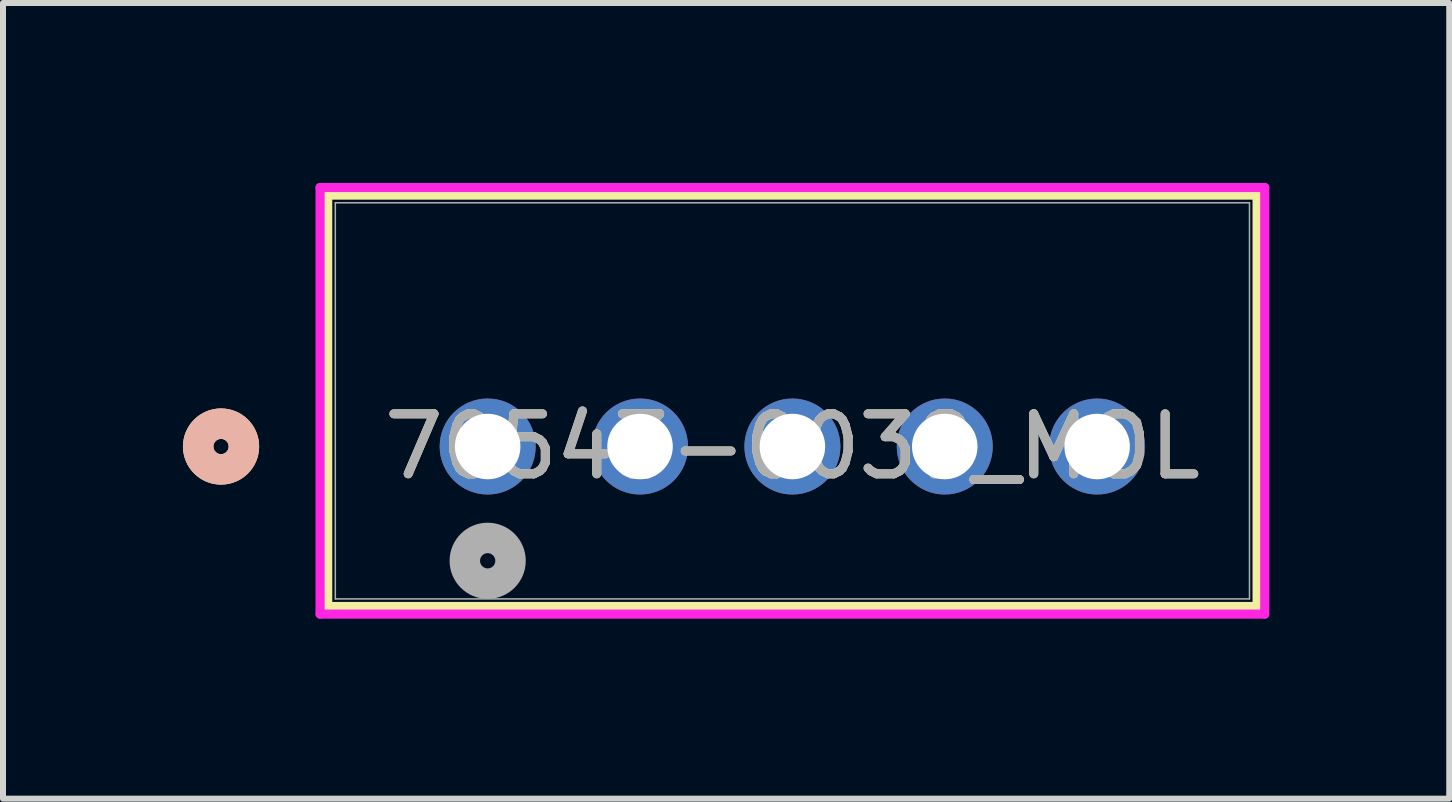
<source format=kicad_pcb>
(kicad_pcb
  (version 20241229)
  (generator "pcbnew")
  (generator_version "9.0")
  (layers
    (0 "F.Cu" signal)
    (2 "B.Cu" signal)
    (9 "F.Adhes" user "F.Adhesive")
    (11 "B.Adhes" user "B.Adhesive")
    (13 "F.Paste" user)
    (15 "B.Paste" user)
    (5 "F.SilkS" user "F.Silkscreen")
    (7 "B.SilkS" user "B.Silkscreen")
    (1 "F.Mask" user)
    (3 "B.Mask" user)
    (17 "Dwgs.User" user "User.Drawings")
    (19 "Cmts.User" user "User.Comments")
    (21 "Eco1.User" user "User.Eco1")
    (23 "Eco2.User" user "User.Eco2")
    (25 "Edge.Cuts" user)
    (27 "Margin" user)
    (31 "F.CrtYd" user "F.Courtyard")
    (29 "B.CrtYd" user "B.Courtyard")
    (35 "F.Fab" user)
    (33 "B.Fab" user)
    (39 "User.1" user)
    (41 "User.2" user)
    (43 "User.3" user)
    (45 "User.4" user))
  (footprint "70543-0039_MOL"
    (layer "F.Cu")
    (at 5.08 4.394)
    (property "Reference" "70543-0039_MOL" (at 5.08 0 0) (unlocked yes) (layer "F.SilkS") (effects (font (size 1 1) (thickness 0.15))))
    (attr through_hole)
    (fp_line (start -2.667 -4.191) (end -2.667 2.667) (stroke (width 0.152) (type solid)) (layer "F.SilkS"))
    (fp_line (start -2.667 2.667) (end 12.827 2.667) (stroke (width 0.152) (type solid)) (layer "F.SilkS"))
    (fp_line (start 12.827 -4.191) (end -2.667 -4.191) (stroke (width 0.152) (type solid)) (layer "F.SilkS"))
    (fp_line (start 12.827 2.667) (end 12.827 -4.191) (stroke (width 0.152) (type solid)) (layer "F.SilkS"))
    (fp_circle (center -4.445 0) (end -4.064 0) (stroke (width 0.508) (type solid)) (fill no) (layer "F.SilkS"))
    (fp_circle (center -4.445 0) (end -4.064 0) (stroke (width 0.508) (type solid)) (fill no) (layer "B.SilkS"))
    (fp_line (start -2.794 -4.318) (end -2.794 2.794) (stroke (width 0.152) (type solid)) (layer "F.CrtYd"))
    (fp_line (start -2.794 2.794) (end 12.954 2.794) (stroke (width 0.152) (type solid)) (layer "F.CrtYd"))
    (fp_line (start 12.954 -4.318) (end -2.794 -4.318) (stroke (width 0.152) (type solid)) (layer "F.CrtYd"))
    (fp_line (start 12.954 2.794) (end 12.954 -4.318) (stroke (width 0.152) (type solid)) (layer "F.CrtYd"))
    (fp_line (start -2.54 -4.064) (end -2.54 2.54) (stroke (width 0.025) (type solid)) (layer "F.Fab"))
    (fp_line (start -2.54 2.54) (end 12.7 2.54) (stroke (width 0.025) (type solid)) (layer "F.Fab"))
    (fp_line (start 12.7 -4.064) (end -2.54 -4.064) (stroke (width 0.025) (type solid)) (layer "F.Fab"))
    (fp_line (start 12.7 2.54) (end 12.7 -4.064) (stroke (width 0.025) (type solid)) (layer "F.Fab"))
    (fp_circle (center 0 1.905) (end 0.381 1.905) (stroke (width 0.508) (type solid)) (fill no) (layer "F.Fab"))
    (fp_text user "${REFERENCE}" (at 5.08 0 0) (unlocked yes) (layer "F.Fab") (effects (font (size 1 1) (thickness 0.15))))
    (pad "1" thru_hole circle (at 0 0) (size 1.6 1.6) (drill 1.092) (layers "*.Cu" "*.Mask"))
    (pad "2" thru_hole circle (at 2.54 0) (size 1.6 1.6) (drill 1.092) (layers "*.Cu" "*.Mask"))
    (pad "3" thru_hole circle (at 5.08 0) (size 1.6 1.6) (drill 1.092) (layers "*.Cu" "*.Mask"))
    (pad "4" thru_hole circle (at 7.62 0) (size 1.6 1.6) (drill 1.092) (layers "*.Cu" "*.Mask"))
    (pad "5" thru_hole circle (at 10.16 0) (size 1.6 1.6) (drill 1.092) (layers "*.Cu" "*.Mask")))
  (gr_rect
    (start -3 -3)
    (end 21.11 10.264)
    (stroke (width 0.1) (type default))
    (fill no)
    (layer "Edge.Cuts")))
</source>
